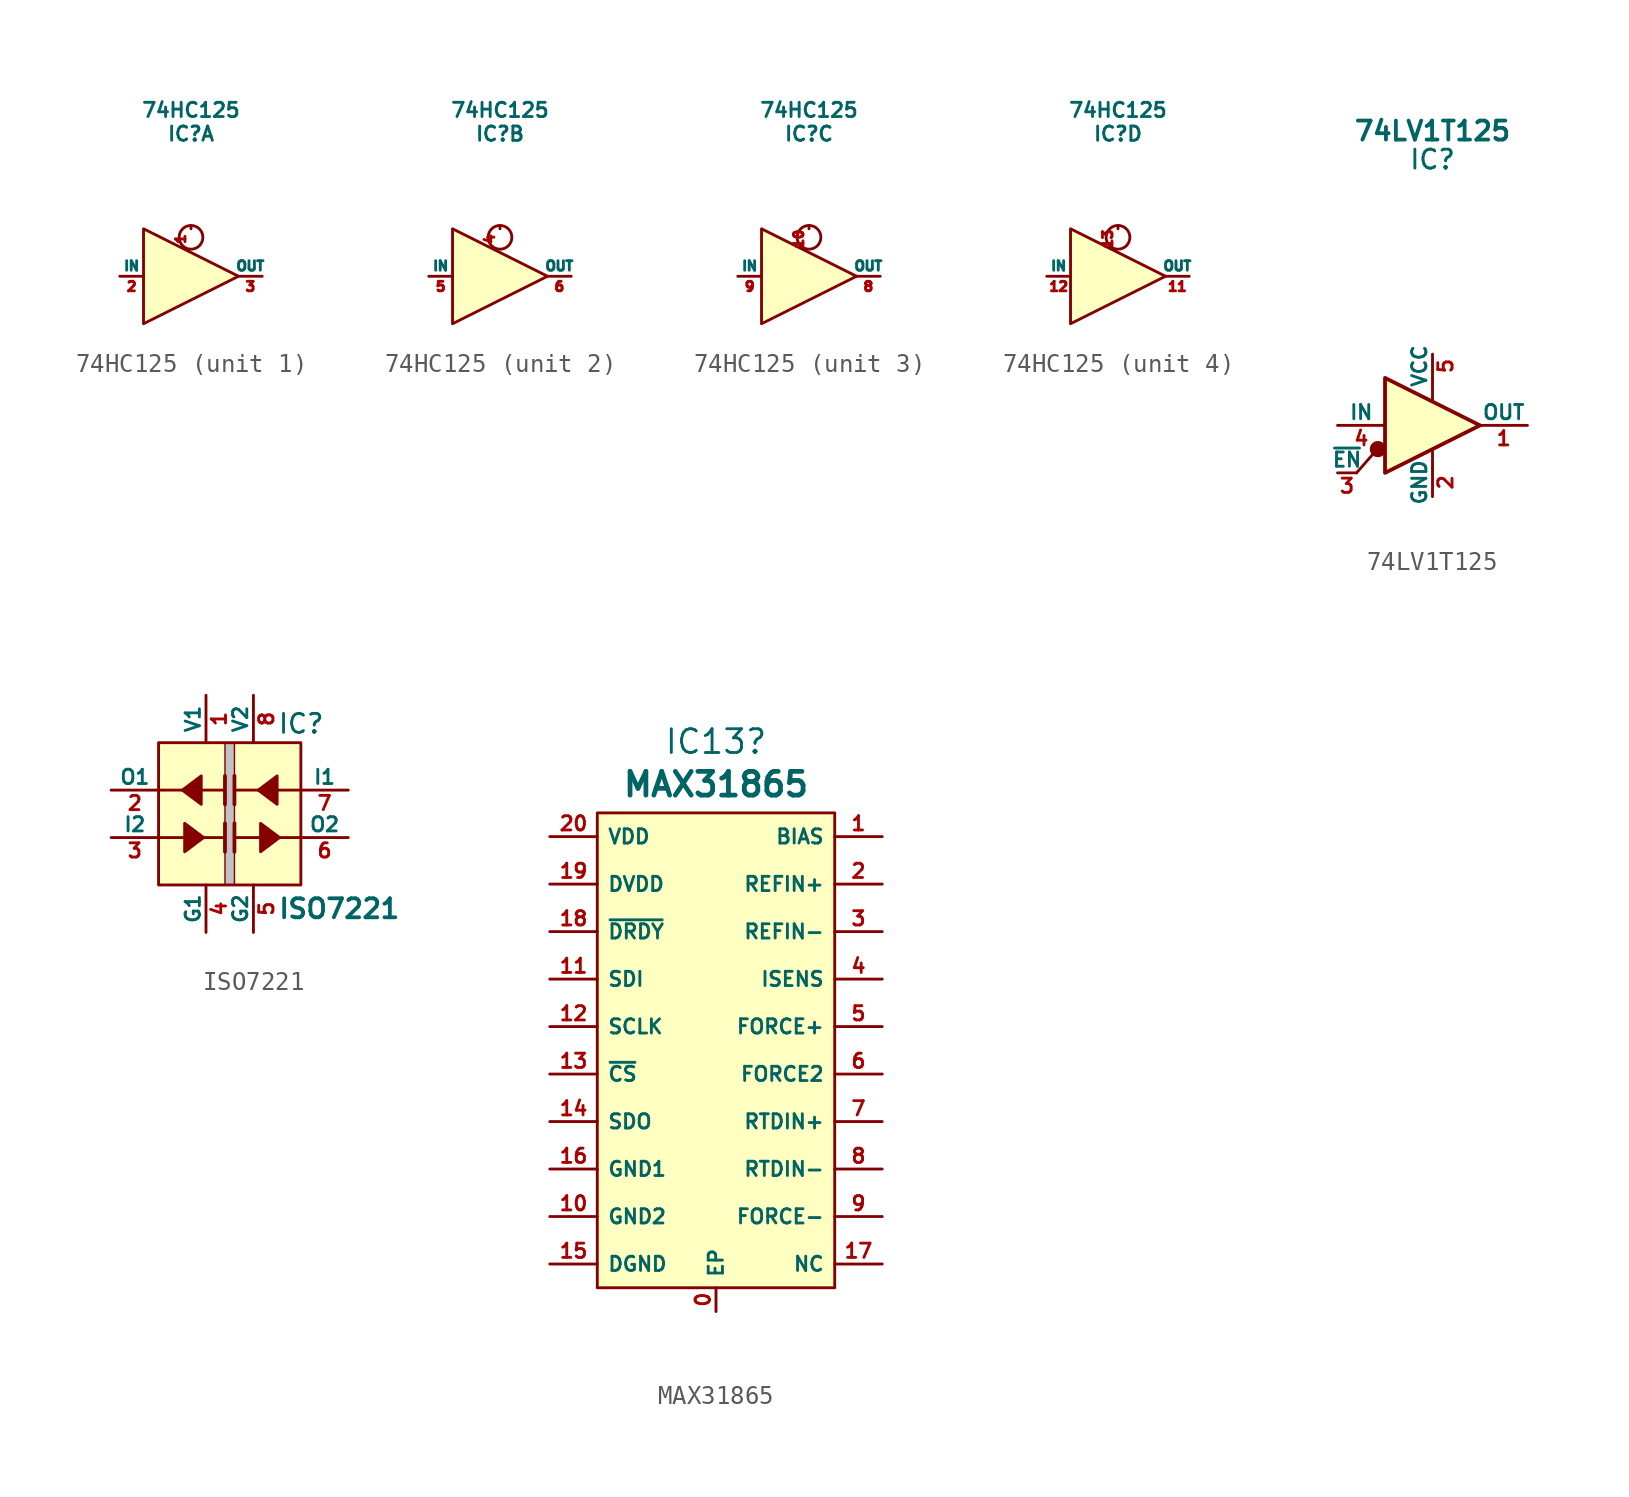
<source format=kicad_sym>
(kicad_symbol_lib
  (version 20231120)
  (generator "kicad_symbol_editor")
  (generator_version "8.0")
  (symbol "74HC125"
    (pin_names
      (offset 0))
    (property "Reference" "IC"
      (at 0 7.62 0)
      (effects (font (size 0.762 0.762))))
    (property "Value" "74HC125"
      (at 0 8.89 0)
      (effects (font (size 0.762 0.762) (bold yes))))
    (symbol "74HC125_0_0"
      (pin power_in line (at -2.54 1.27 0) (length 0) hide (name "VCC" (effects (font (size 0.305 0.305)))) (number "14" (effects (font (size 0.305 0.305)))))
      (pin power_in line (at -2.54 -1.27 0) (length 0) hide (name "GND" (effects (font (size 0.305 0.305)))) (number "7" (effects (font (size 0.305 0.305))))))
    (symbol "74HC125_0_1"
      (polyline (pts (xy -2.54 2.54) (xy -2.54 -2.54) (xy 2.54 0) (xy -2.54 2.54)) (stroke (width 0) (type solid)) (fill (type background))))
    (symbol "74HC125_1_1"
      (pin input inverted (at 0 2.54 270) (length 1.092) (name "~" (effects (font (size 0.508 0.508)))) (number "1" (effects (font (size 0.508 0.508)))))
      (pin input line (at -3.81 0 0) (length 1.27) (name "IN" (effects (font (size 0.508 0.508)))) (number "2" (effects (font (size 0.508 0.508)))))
      (pin output line (at 3.81 0 180) (length 1.27) (name "OUT" (effects (font (size 0.508 0.508)))) (number "3" (effects (font (size 0.508 0.508))))))
    (symbol "74HC125_2_1"
      (pin input inverted (at 0 2.54 270) (length 1.092) (name "~" (effects (font (size 0.508 0.508)))) (number "4" (effects (font (size 0.508 0.508)))))
      (pin input line (at -3.81 0 0) (length 1.27) (name "IN" (effects (font (size 0.508 0.508)))) (number "5" (effects (font (size 0.508 0.508)))))
      (pin output line (at 3.81 0 180) (length 1.27) (name "OUT" (effects (font (size 0.508 0.508)))) (number "6" (effects (font (size 0.508 0.508))))))
    (symbol "74HC125_3_1"
      (pin input inverted (at 0 2.54 270) (length 1.092) (name "~" (effects (font (size 0.508 0.508)))) (number "10" (effects (font (size 0.508 0.508)))))
      (pin output line (at 3.81 0 180) (length 1.27) (name "OUT" (effects (font (size 0.508 0.508)))) (number "8" (effects (font (size 0.508 0.508)))))
      (pin input line (at -3.81 0 0) (length 1.27) (name "IN" (effects (font (size 0.508 0.508)))) (number "9" (effects (font (size 0.508 0.508))))))
    (symbol "74HC125_4_1"
      (pin output line (at 3.81 0 180) (length 1.27) (name "OUT" (effects (font (size 0.508 0.508)))) (number "11" (effects (font (size 0.508 0.508)))))
      (pin input line (at -3.81 0 0) (length 1.27) (name "IN" (effects (font (size 0.508 0.508)))) (number "12" (effects (font (size 0.508 0.508)))))
      (pin input inverted (at 0 2.54 270) (length 1.092) (name "~" (effects (font (size 0.508 0.508)))) (number "13" (effects (font (size 0.508 0.508)))))))
  (symbol "74LV1T125"
    (pin_names
      (offset 0))
    (property "Reference" "IC"
      (at 0 14.224 0)
      (effects (font (size 1.016 1.016))))
    (property "Value" "74LV1T125"
      (at 0 15.748 0)
      (effects (font (size 1.016 1.016) (bold yes))))
    (symbol "74LV1T125_0_1"
      (circle (center -2.921 -1.27) (radius 0.356) (stroke (width 0) (type solid)) (fill (type outline)))
      (polyline (pts (xy -4.064 -2.54) (xy -3.175 -1.524)) (stroke (width 0) (type solid)) (fill (type none)))
      (polyline (pts (xy 0 -2.286) (xy 0 -1.27)) (stroke (width 0) (type solid)) (fill (type none)))
      (polyline (pts (xy 0 2.54) (xy 0 1.27)) (stroke (width 0) (type solid)) (fill (type none))))
    (symbol "74LV1T125_1_1"
      (polyline (pts (xy -2.54 -2.54) (xy -2.54 2.54) (xy 2.54 0) (xy -2.54 -2.54)) (stroke (width 0.203) (type solid)) (fill (type background)))
      (pin output line (at 5.08 0 180) (length 2.54) (name "OUT" (effects (font (size 0.762 0.762)))) (number "1" (effects (font (size 0.762 0.762)))))
      (pin power_in line (at 0 -3.81 90) (length 1.524) (name "GND" (effects (font (size 0.762 0.762)))) (number "2" (effects (font (size 0.762 0.762)))))
      (pin input line (at -5.08 -2.54 0) (length 1.016) (name "~{EN}" (effects (font (size 0.762 0.762)))) (number "3" (effects (font (size 0.762 0.762)))))
      (pin input line (at -5.08 0 0) (length 2.54) (name "IN" (effects (font (size 0.762 0.762)))) (number "4" (effects (font (size 0.762 0.762)))))
      (pin power_in line (at 0 3.81 270) (length 1.27) (name "VCC" (effects (font (size 0.762 0.762)))) (number "5" (effects (font (size 0.762 0.762)))))))
  (symbol "ISO7221"
    (pin_names
      (offset 0))
    (property "Reference" "IC"
      (at 2.54 4.826 0)
      (effects (font (size 1.016 1.016)) (justify left)))
    (property "Value" "ISO7221"
      (at 2.54 -5.08 0)
      (effects (font (size 1.016 1.016) (bold yes)) (justify left)))
    (symbol "ISO7221_0_1"
      (rectangle (start -3.81 3.81) (end 3.81 -3.81) (stroke (width 0) (type solid)) (fill (type background))))
    (symbol "ISO7221_1_1"
      (rectangle (start -0.254 3.81) (end 0.254 -3.81) (stroke (width 0.076) (type default)) (fill (type color) (color 194 194 194 1)))
      (polyline (pts (xy -3.81 -1.27) (xy -0.254 -1.27)) (stroke (width 0) (type default)) (fill (type none)))
      (polyline (pts (xy -0.254 -2.032) (xy -0.254 -0.508)) (stroke (width 0.203) (type default)) (fill (type none)))
      (polyline (pts (xy -0.254 1.27) (xy -3.81 1.27)) (stroke (width 0) (type default)) (fill (type none)))
      (polyline (pts (xy -0.254 2.032) (xy -0.254 0.508)) (stroke (width 0.203) (type default)) (fill (type none)))
      (polyline (pts (xy 0.254 -2.032) (xy 0.254 -0.508)) (stroke (width 0.203) (type default)) (fill (type none)))
      (polyline (pts (xy 0.254 -1.27) (xy 3.81 -1.27)) (stroke (width 0) (type default)) (fill (type none)))
      (polyline (pts (xy 0.254 2.032) (xy 0.254 0.508)) (stroke (width 0.203) (type default)) (fill (type none)))
      (polyline (pts (xy 3.81 1.27) (xy 0.254 1.27)) (stroke (width 0) (type default)) (fill (type none)))
      (polyline (pts (xy -2.54 1.27) (xy -1.524 2.032) (xy -1.524 0.508) (xy -2.54 1.27)) (stroke (width 0) (type default)) (fill (type outline)))
      (polyline (pts (xy -1.397 -1.27) (xy -2.413 -2.032) (xy -2.413 -0.508) (xy -1.397 -1.27)) (stroke (width 0) (type default)) (fill (type outline)))
      (polyline (pts (xy 1.524 1.27) (xy 2.54 2.032) (xy 2.54 0.508) (xy 1.524 1.27)) (stroke (width 0) (type default)) (fill (type outline)))
      (polyline (pts (xy 2.667 -1.27) (xy 1.651 -2.032) (xy 1.651 -0.508) (xy 2.667 -1.27)) (stroke (width 0) (type default)) (fill (type outline)))
      (pin power_in line (at -1.27 6.35 270) (length 2.54) (name "V1" (effects (font (size 0.762 0.762)))) (number "1" (effects (font (size 0.762 0.762)))))
      (pin output line (at -6.35 1.27 0) (length 2.54) (name "O1" (effects (font (size 0.762 0.762)))) (number "2" (effects (font (size 0.762 0.762)))))
      (pin input line (at -6.35 -1.27 0) (length 2.54) (name "I2" (effects (font (size 0.762 0.762)))) (number "3" (effects (font (size 0.762 0.762)))))
      (pin power_in line (at -1.27 -6.35 90) (length 2.54) (name "G1" (effects (font (size 0.762 0.762)))) (number "4" (effects (font (size 0.762 0.762)))))
      (pin power_in line (at 1.27 -6.35 90) (length 2.54) (name "G2" (effects (font (size 0.762 0.762)))) (number "5" (effects (font (size 0.762 0.762)))))
      (pin output line (at 6.35 -1.27 180) (length 2.54) (name "O2" (effects (font (size 0.762 0.762)))) (number "6" (effects (font (size 0.762 0.762)))))
      (pin input line (at 6.35 1.27 180) (length 2.54) (name "I1" (effects (font (size 0.762 0.762)))) (number "7" (effects (font (size 0.762 0.762)))))
      (pin power_in line (at 1.27 6.35 270) (length 2.54) (name "V2" (effects (font (size 0.762 0.762)))) (number "8" (effects (font (size 0.762 0.762)))))))
  (symbol "MAX31865"
    (property "Reference" "IC13"
      (at 0 16.51 0)
      (effects (font (size 1.27 1.27))))
    (property "Value" "MAX31865"
      (at 0 14.224 0)
      (effects (font (size 1.27 1.27) (bold yes))))
    (symbol "MAX31865_0_1"
      (rectangle (start -6.35 12.7) (end 6.35 -12.7) (stroke (width 0) (type solid)) (fill (type background))))
    (symbol "MAX31865_1_1"
      (pin passive line (at 0 -13.97 90) (length 1.27) (name "EP" (effects (font (size 0.762 0.762)))) (number "0" (effects (font (size 0.762 0.762)))))
      (pin passive line (at 8.89 11.43 180) (length 2.54) (name "BIAS" (effects (font (size 0.762 0.762)))) (number "1" (effects (font (size 0.762 0.762)))))
      (pin power_in line (at -8.89 -8.89 0) (length 2.54) (name "GND2" (effects (font (size 0.762 0.762)))) (number "10" (effects (font (size 0.762 0.762)))))
      (pin input line (at -8.89 3.81 0) (length 2.54) (name "SDI" (effects (font (size 0.762 0.762)))) (number "11" (effects (font (size 0.762 0.762)))))
      (pin input line (at -8.89 1.27 0) (length 2.54) (name "SCLK" (effects (font (size 0.762 0.762)))) (number "12" (effects (font (size 0.762 0.762)))))
      (pin input line (at -8.89 -1.27 0) (length 2.54) (name "~{CS}" (effects (font (size 0.762 0.762)))) (number "13" (effects (font (size 0.762 0.762)))))
      (pin output line (at -8.89 -3.81 0) (length 2.54) (name "SDO" (effects (font (size 0.762 0.762)))) (number "14" (effects (font (size 0.762 0.762)))))
      (pin power_in line (at -8.89 -11.43 0) (length 2.54) (name "DGND" (effects (font (size 0.762 0.762)))) (number "15" (effects (font (size 0.762 0.762)))))
      (pin power_in line (at -8.89 -6.35 0) (length 2.54) (name "GND1" (effects (font (size 0.762 0.762)))) (number "16" (effects (font (size 0.762 0.762)))))
      (pin passive line (at 8.89 -11.43 180) (length 2.54) (name "NC" (effects (font (size 0.762 0.762)))) (number "17" (effects (font (size 0.762 0.762)))))
      (pin output line (at -8.89 6.35 0) (length 2.54) (name "~{DRDY}" (effects (font (size 0.762 0.762)))) (number "18" (effects (font (size 0.762 0.762)))))
      (pin power_in line (at -8.89 8.89 0) (length 2.54) (name "DVDD" (effects (font (size 0.762 0.762)))) (number "19" (effects (font (size 0.762 0.762)))))
      (pin passive line (at 8.89 8.89 180) (length 2.54) (name "REFIN+" (effects (font (size 0.762 0.762)))) (number "2" (effects (font (size 0.762 0.762)))))
      (pin power_in line (at -8.89 11.43 0) (length 2.54) (name "VDD" (effects (font (size 0.762 0.762)))) (number "20" (effects (font (size 0.762 0.762)))))
      (pin passive line (at 8.89 6.35 180) (length 2.54) (name "REFIN-" (effects (font (size 0.762 0.762)))) (number "3" (effects (font (size 0.762 0.762)))))
      (pin passive line (at 8.89 3.81 180) (length 2.54) (name "ISENS" (effects (font (size 0.762 0.762)))) (number "4" (effects (font (size 0.762 0.762)))))
      (pin passive line (at 8.89 1.27 180) (length 2.54) (name "FORCE+" (effects (font (size 0.762 0.762)))) (number "5" (effects (font (size 0.762 0.762)))))
      (pin passive line (at 8.89 -1.27 180) (length 2.54) (name "FORCE2" (effects (font (size 0.762 0.762)))) (number "6" (effects (font (size 0.762 0.762)))))
      (pin passive line (at 8.89 -3.81 180) (length 2.54) (name "RTDIN+" (effects (font (size 0.762 0.762)))) (number "7" (effects (font (size 0.762 0.762)))))
      (pin passive line (at 8.89 -6.35 180) (length 2.54) (name "RTDIN-" (effects (font (size 0.762 0.762)))) (number "8" (effects (font (size 0.762 0.762)))))
      (pin passive line (at 8.89 -8.89 180) (length 2.54) (name "FORCE-" (effects (font (size 0.762 0.762)))) (number "9" (effects (font (size 0.762 0.762))))))))
</source>
